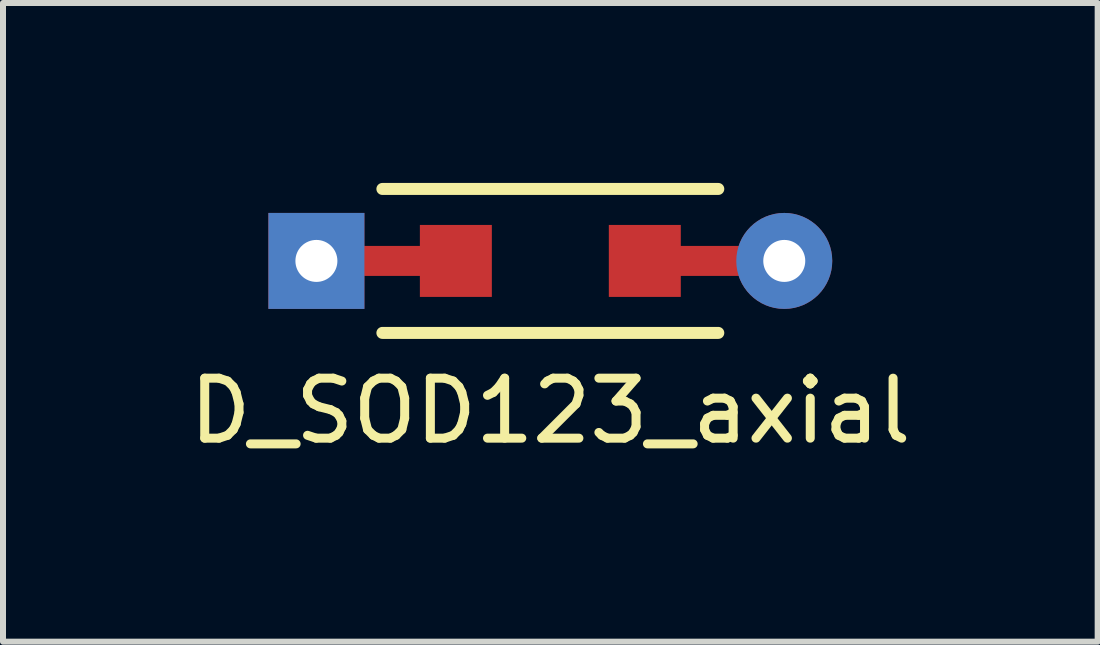
<source format=kicad_pcb>
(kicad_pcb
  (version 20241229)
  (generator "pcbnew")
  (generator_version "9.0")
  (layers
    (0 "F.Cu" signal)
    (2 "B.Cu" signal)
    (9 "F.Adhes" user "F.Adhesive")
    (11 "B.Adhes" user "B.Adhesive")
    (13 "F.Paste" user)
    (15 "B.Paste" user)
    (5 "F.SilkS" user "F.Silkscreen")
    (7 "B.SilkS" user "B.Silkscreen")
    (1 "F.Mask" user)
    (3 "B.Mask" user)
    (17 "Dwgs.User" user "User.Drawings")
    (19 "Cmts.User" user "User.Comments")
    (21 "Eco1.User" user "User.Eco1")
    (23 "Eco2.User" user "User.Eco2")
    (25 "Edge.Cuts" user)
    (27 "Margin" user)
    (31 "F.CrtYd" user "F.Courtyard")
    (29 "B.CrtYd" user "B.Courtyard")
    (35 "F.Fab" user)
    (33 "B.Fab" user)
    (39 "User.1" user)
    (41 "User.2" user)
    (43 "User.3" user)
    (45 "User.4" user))
  (footprint "D_SOD123_axial"
    (layer "F.Cu")
    (at 6.125 1.3)
    (property "Reference" "D_SOD123_axial" (at 0 2.5 0) (layer "F.SilkS") (effects (font (size 1 1) (thickness 0.15))))
    (attr smd)
    (fp_line (start -2.8 -1.2) (end 2.8 -1.2) (stroke (width 0.2) (type solid)) (layer "F.SilkS"))
    (fp_line (start 2.8 1.2) (end -2.8 1.2) (stroke (width 0.2) (type solid)) (layer "F.SilkS"))
    (pad "1" thru_hole rect (at -3.9 0) (size 1.6 1.6) (drill 0.7) (layers "*.Cu" "*.Mask"))
    (pad "1" smd rect (at -2.7 0) (size 2.5 0.5) (layers "F.Cu"))
    (pad "1" smd rect (at -1.575 0) (size 1.2 1.2) (layers "F.Cu" "F.Mask" "F.Paste"))
    (pad "2" smd rect (at 1.575 0) (size 1.2 1.2) (layers "F.Cu" "F.Mask" "F.Paste"))
    (pad "2" smd rect (at 2.7 0) (size 2.5 0.5) (layers "F.Cu"))
    (pad "2" thru_hole circle (at 3.9 0) (size 1.6 1.6) (drill 0.7) (layers "*.Cu" "*.Mask")))
  (gr_rect
    (start -3 -3)
    (end 15.25 7.648)
    (stroke (width 0.1) (type default))
    (fill no)
    (layer "Edge.Cuts")))
</source>
